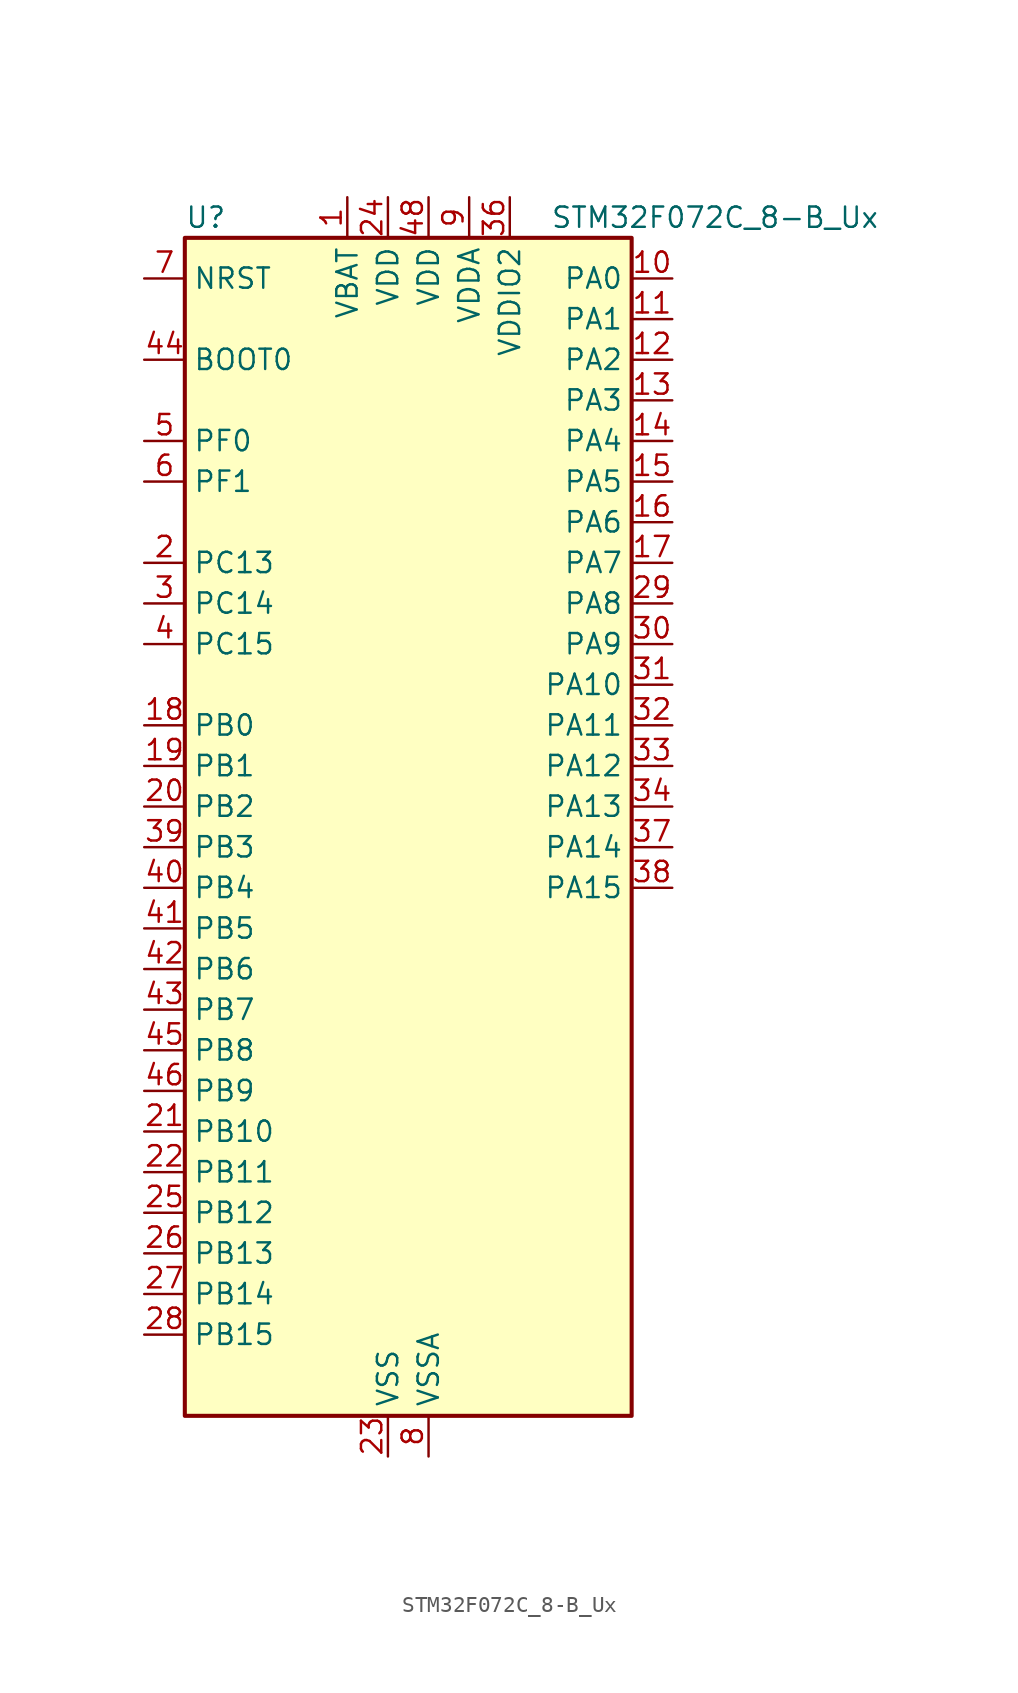
<source format=kicad_sym>
(kicad_symbol_lib
  (version 20231120)
  (generator "kicad_symbol_editor")
  (generator_version "8.0")
  (symbol "STM32F072C_8-B_Ux"
    (property "Reference" "U"
      (at -12.7 39.37 0)
      (effects (font (size 1.27 1.27)) (justify left)))
    (property "Value" "STM32F072C_8-B_Ux"
      (at 10.16 39.37 0)
      (effects (font (size 1.27 1.27)) (justify left)))
    (property "ki_locked" ""
      (at 0 0 0)
      (effects (font (size 1.27 1.27))))
    (symbol "STM32F072C_8-B_Ux_0_1"
      (rectangle (start -12.7 -35.56) (end 15.24 38.1) (stroke (width 0.254) (type default)) (fill (type background))))
    (symbol "STM32F072C_8-B_Ux_1_1"
      (pin power_in line (at -2.54 40.64 270) (length 2.54) (name "VBAT" (effects (font (size 1.27 1.27)))) (number "1" (effects (font (size 1.27 1.27)))))
      (pin bidirectional line (at 17.78 35.56 180) (length 2.54) (name "PA0" (effects (font (size 1.27 1.27)))) (number "10" (effects (font (size 1.27 1.27)))) (alternate "ADC_IN0" bidirectional line) (alternate "COMP1_INM" bidirectional line) (alternate "COMP1_OUT" bidirectional line) (alternate "RTC_TAMP2" bidirectional line) (alternate "SYS_WKUP1" bidirectional line) (alternate "TIM2_CH1" bidirectional line) (alternate "TIM2_ETR" bidirectional line) (alternate "TSC_G1_IO1" bidirectional line) (alternate "USART2_CTS" bidirectional line) (alternate "USART4_TX" bidirectional line))
      (pin bidirectional line (at 17.78 33.02 180) (length 2.54) (name "PA1" (effects (font (size 1.27 1.27)))) (number "11" (effects (font (size 1.27 1.27)))) (alternate "ADC_IN1" bidirectional line) (alternate "COMP1_INP" bidirectional line) (alternate "TIM15_CH1N" bidirectional line) (alternate "TIM2_CH2" bidirectional line) (alternate "TSC_G1_IO2" bidirectional line) (alternate "USART2_DE" bidirectional line) (alternate "USART2_RTS" bidirectional line) (alternate "USART4_RX" bidirectional line))
      (pin bidirectional line (at 17.78 30.48 180) (length 2.54) (name "PA2" (effects (font (size 1.27 1.27)))) (number "12" (effects (font (size 1.27 1.27)))) (alternate "ADC_IN2" bidirectional line) (alternate "COMP2_INM" bidirectional line) (alternate "COMP2_OUT" bidirectional line) (alternate "SYS_WKUP4" bidirectional line) (alternate "TIM15_CH1" bidirectional line) (alternate "TIM2_CH3" bidirectional line) (alternate "TSC_G1_IO3" bidirectional line) (alternate "USART2_TX" bidirectional line))
      (pin bidirectional line (at 17.78 27.94 180) (length 2.54) (name "PA3" (effects (font (size 1.27 1.27)))) (number "13" (effects (font (size 1.27 1.27)))) (alternate "ADC_IN3" bidirectional line) (alternate "COMP2_INP" bidirectional line) (alternate "TIM15_CH2" bidirectional line) (alternate "TIM2_CH4" bidirectional line) (alternate "TSC_G1_IO4" bidirectional line) (alternate "USART2_RX" bidirectional line))
      (pin bidirectional line (at 17.78 25.4 180) (length 2.54) (name "PA4" (effects (font (size 1.27 1.27)))) (number "14" (effects (font (size 1.27 1.27)))) (alternate "ADC_IN4" bidirectional line) (alternate "COMP1_INM" bidirectional line) (alternate "COMP2_INM" bidirectional line) (alternate "DAC_OUT1" bidirectional line) (alternate "I2S1_WS" bidirectional line) (alternate "SPI1_NSS" bidirectional line) (alternate "TIM14_CH1" bidirectional line) (alternate "TSC_G2_IO1" bidirectional line) (alternate "USART2_CK" bidirectional line))
      (pin bidirectional line (at 17.78 22.86 180) (length 2.54) (name "PA5" (effects (font (size 1.27 1.27)))) (number "15" (effects (font (size 1.27 1.27)))) (alternate "ADC_IN5" bidirectional line) (alternate "CEC" bidirectional line) (alternate "COMP1_INM" bidirectional line) (alternate "COMP2_INM" bidirectional line) (alternate "DAC_OUT2" bidirectional line) (alternate "I2S1_CK" bidirectional line) (alternate "SPI1_SCK" bidirectional line) (alternate "TIM2_CH1" bidirectional line) (alternate "TIM2_ETR" bidirectional line) (alternate "TSC_G2_IO2" bidirectional line))
      (pin bidirectional line (at 17.78 20.32 180) (length 2.54) (name "PA6" (effects (font (size 1.27 1.27)))) (number "16" (effects (font (size 1.27 1.27)))) (alternate "ADC_IN6" bidirectional line) (alternate "COMP1_OUT" bidirectional line) (alternate "I2S1_MCK" bidirectional line) (alternate "SPI1_MISO" bidirectional line) (alternate "TIM16_CH1" bidirectional line) (alternate "TIM1_BKIN" bidirectional line) (alternate "TIM3_CH1" bidirectional line) (alternate "TSC_G2_IO3" bidirectional line) (alternate "USART3_CTS" bidirectional line))
      (pin bidirectional line (at 17.78 17.78 180) (length 2.54) (name "PA7" (effects (font (size 1.27 1.27)))) (number "17" (effects (font (size 1.27 1.27)))) (alternate "ADC_IN7" bidirectional line) (alternate "COMP2_OUT" bidirectional line) (alternate "I2S1_SD" bidirectional line) (alternate "SPI1_MOSI" bidirectional line) (alternate "TIM14_CH1" bidirectional line) (alternate "TIM17_CH1" bidirectional line) (alternate "TIM1_CH1N" bidirectional line) (alternate "TIM3_CH2" bidirectional line) (alternate "TSC_G2_IO4" bidirectional line))
      (pin bidirectional line (at -15.24 7.62 0) (length 2.54) (name "PB0" (effects (font (size 1.27 1.27)))) (number "18" (effects (font (size 1.27 1.27)))) (alternate "ADC_IN8" bidirectional line) (alternate "TIM1_CH2N" bidirectional line) (alternate "TIM3_CH3" bidirectional line) (alternate "TSC_G3_IO2" bidirectional line) (alternate "USART3_CK" bidirectional line))
      (pin bidirectional line (at -15.24 5.08 0) (length 2.54) (name "PB1" (effects (font (size 1.27 1.27)))) (number "19" (effects (font (size 1.27 1.27)))) (alternate "ADC_IN9" bidirectional line) (alternate "TIM14_CH1" bidirectional line) (alternate "TIM1_CH3N" bidirectional line) (alternate "TIM3_CH4" bidirectional line) (alternate "TSC_G3_IO3" bidirectional line) (alternate "USART3_DE" bidirectional line) (alternate "USART3_RTS" bidirectional line))
      (pin bidirectional line (at -15.24 17.78 0) (length 2.54) (name "PC13" (effects (font (size 1.27 1.27)))) (number "2" (effects (font (size 1.27 1.27)))) (alternate "RTC_OUT_ALARM" bidirectional line) (alternate "RTC_OUT_CALIB" bidirectional line) (alternate "RTC_TAMP1" bidirectional line) (alternate "RTC_TS" bidirectional line) (alternate "SYS_WKUP2" bidirectional line))
      (pin bidirectional line (at -15.24 2.54 0) (length 2.54) (name "PB2" (effects (font (size 1.27 1.27)))) (number "20" (effects (font (size 1.27 1.27)))) (alternate "TSC_G3_IO4" bidirectional line))
      (pin bidirectional line (at -15.24 -17.78 0) (length 2.54) (name "PB10" (effects (font (size 1.27 1.27)))) (number "21" (effects (font (size 1.27 1.27)))) (alternate "CEC" bidirectional line) (alternate "I2C2_SCL" bidirectional line) (alternate "I2S2_CK" bidirectional line) (alternate "SPI2_SCK" bidirectional line) (alternate "TIM2_CH3" bidirectional line) (alternate "TSC_SYNC" bidirectional line) (alternate "USART3_TX" bidirectional line))
      (pin bidirectional line (at -15.24 -20.32 0) (length 2.54) (name "PB11" (effects (font (size 1.27 1.27)))) (number "22" (effects (font (size 1.27 1.27)))) (alternate "I2C2_SDA" bidirectional line) (alternate "TIM2_CH4" bidirectional line) (alternate "TSC_G6_IO1" bidirectional line) (alternate "USART3_RX" bidirectional line))
      (pin power_in line (at 0 -38.1 90) (length 2.54) (name "VSS" (effects (font (size 1.27 1.27)))) (number "23" (effects (font (size 1.27 1.27)))))
      (pin power_in line (at 0 40.64 270) (length 2.54) (name "VDD" (effects (font (size 1.27 1.27)))) (number "24" (effects (font (size 1.27 1.27)))))
      (pin bidirectional line (at -15.24 -22.86 0) (length 2.54) (name "PB12" (effects (font (size 1.27 1.27)))) (number "25" (effects (font (size 1.27 1.27)))) (alternate "I2S2_WS" bidirectional line) (alternate "SPI2_NSS" bidirectional line) (alternate "TIM15_BKIN" bidirectional line) (alternate "TIM1_BKIN" bidirectional line) (alternate "TSC_G6_IO2" bidirectional line) (alternate "USART3_CK" bidirectional line))
      (pin bidirectional line (at -15.24 -25.4 0) (length 2.54) (name "PB13" (effects (font (size 1.27 1.27)))) (number "26" (effects (font (size 1.27 1.27)))) (alternate "I2C2_SCL" bidirectional line) (alternate "I2S2_CK" bidirectional line) (alternate "SPI2_SCK" bidirectional line) (alternate "TIM1_CH1N" bidirectional line) (alternate "TSC_G6_IO3" bidirectional line) (alternate "USART3_CTS" bidirectional line))
      (pin bidirectional line (at -15.24 -27.94 0) (length 2.54) (name "PB14" (effects (font (size 1.27 1.27)))) (number "27" (effects (font (size 1.27 1.27)))) (alternate "I2C2_SDA" bidirectional line) (alternate "I2S2_MCK" bidirectional line) (alternate "SPI2_MISO" bidirectional line) (alternate "TIM15_CH1" bidirectional line) (alternate "TIM1_CH2N" bidirectional line) (alternate "TSC_G6_IO4" bidirectional line) (alternate "USART3_DE" bidirectional line) (alternate "USART3_RTS" bidirectional line))
      (pin bidirectional line (at -15.24 -30.48 0) (length 2.54) (name "PB15" (effects (font (size 1.27 1.27)))) (number "28" (effects (font (size 1.27 1.27)))) (alternate "I2S2_SD" bidirectional line) (alternate "RTC_REFIN" bidirectional line) (alternate "SPI2_MOSI" bidirectional line) (alternate "SYS_WKUP7" bidirectional line) (alternate "TIM15_CH1N" bidirectional line) (alternate "TIM15_CH2" bidirectional line) (alternate "TIM1_CH3N" bidirectional line))
      (pin bidirectional line (at 17.78 15.24 180) (length 2.54) (name "PA8" (effects (font (size 1.27 1.27)))) (number "29" (effects (font (size 1.27 1.27)))) (alternate "CRS_SYNC" bidirectional line) (alternate "RCC_MCO" bidirectional line) (alternate "TIM1_CH1" bidirectional line) (alternate "USART1_CK" bidirectional line))
      (pin bidirectional line (at -15.24 15.24 0) (length 2.54) (name "PC14" (effects (font (size 1.27 1.27)))) (number "3" (effects (font (size 1.27 1.27)))) (alternate "RCC_OSC32_IN" bidirectional line))
      (pin bidirectional line (at 17.78 12.7 180) (length 2.54) (name "PA9" (effects (font (size 1.27 1.27)))) (number "30" (effects (font (size 1.27 1.27)))) (alternate "DAC_EXTI9" bidirectional line) (alternate "TIM15_BKIN" bidirectional line) (alternate "TIM1_CH2" bidirectional line) (alternate "TSC_G4_IO1" bidirectional line) (alternate "USART1_TX" bidirectional line))
      (pin bidirectional line (at 17.78 10.16 180) (length 2.54) (name "PA10" (effects (font (size 1.27 1.27)))) (number "31" (effects (font (size 1.27 1.27)))) (alternate "TIM17_BKIN" bidirectional line) (alternate "TIM1_CH3" bidirectional line) (alternate "TSC_G4_IO2" bidirectional line) (alternate "USART1_RX" bidirectional line))
      (pin bidirectional line (at 17.78 7.62 180) (length 2.54) (name "PA11" (effects (font (size 1.27 1.27)))) (number "32" (effects (font (size 1.27 1.27)))) (alternate "CAN_RX" bidirectional line) (alternate "COMP1_OUT" bidirectional line) (alternate "TIM1_CH4" bidirectional line) (alternate "TSC_G4_IO3" bidirectional line) (alternate "USART1_CTS" bidirectional line) (alternate "USB_DM" bidirectional line))
      (pin bidirectional line (at 17.78 5.08 180) (length 2.54) (name "PA12" (effects (font (size 1.27 1.27)))) (number "33" (effects (font (size 1.27 1.27)))) (alternate "CAN_TX" bidirectional line) (alternate "COMP2_OUT" bidirectional line) (alternate "TIM1_ETR" bidirectional line) (alternate "TSC_G4_IO4" bidirectional line) (alternate "USART1_DE" bidirectional line) (alternate "USART1_RTS" bidirectional line) (alternate "USB_DP" bidirectional line))
      (pin bidirectional line (at 17.78 2.54 180) (length 2.54) (name "PA13" (effects (font (size 1.27 1.27)))) (number "34" (effects (font (size 1.27 1.27)))) (alternate "IR_OUT" bidirectional line) (alternate "SYS_SWDIO" bidirectional line) (alternate "USB_NOE" bidirectional line))
      (pin passive line (at 0 -38.1 90) (length 2.54) hide (name "VSS" (effects (font (size 1.27 1.27)))) (number "35" (effects (font (size 1.27 1.27)))))
      (pin power_in line (at 7.62 40.64 270) (length 2.54) (name "VDDIO2" (effects (font (size 1.27 1.27)))) (number "36" (effects (font (size 1.27 1.27)))))
      (pin bidirectional line (at 17.78 0 180) (length 2.54) (name "PA14" (effects (font (size 1.27 1.27)))) (number "37" (effects (font (size 1.27 1.27)))) (alternate "SYS_SWCLK" bidirectional line) (alternate "USART2_TX" bidirectional line))
      (pin bidirectional line (at 17.78 -2.54 180) (length 2.54) (name "PA15" (effects (font (size 1.27 1.27)))) (number "38" (effects (font (size 1.27 1.27)))) (alternate "I2S1_WS" bidirectional line) (alternate "SPI1_NSS" bidirectional line) (alternate "TIM2_CH1" bidirectional line) (alternate "TIM2_ETR" bidirectional line) (alternate "USART2_RX" bidirectional line) (alternate "USART4_DE" bidirectional line) (alternate "USART4_RTS" bidirectional line))
      (pin bidirectional line (at -15.24 0 0) (length 2.54) (name "PB3" (effects (font (size 1.27 1.27)))) (number "39" (effects (font (size 1.27 1.27)))) (alternate "I2S1_CK" bidirectional line) (alternate "SPI1_SCK" bidirectional line) (alternate "TIM2_CH2" bidirectional line) (alternate "TSC_G5_IO1" bidirectional line))
      (pin bidirectional line (at -15.24 12.7 0) (length 2.54) (name "PC15" (effects (font (size 1.27 1.27)))) (number "4" (effects (font (size 1.27 1.27)))) (alternate "RCC_OSC32_OUT" bidirectional line))
      (pin bidirectional line (at -15.24 -2.54 0) (length 2.54) (name "PB4" (effects (font (size 1.27 1.27)))) (number "40" (effects (font (size 1.27 1.27)))) (alternate "I2S1_MCK" bidirectional line) (alternate "SPI1_MISO" bidirectional line) (alternate "TIM17_BKIN" bidirectional line) (alternate "TIM3_CH1" bidirectional line) (alternate "TSC_G5_IO2" bidirectional line))
      (pin bidirectional line (at -15.24 -5.08 0) (length 2.54) (name "PB5" (effects (font (size 1.27 1.27)))) (number "41" (effects (font (size 1.27 1.27)))) (alternate "I2C1_SMBA" bidirectional line) (alternate "I2S1_SD" bidirectional line) (alternate "SPI1_MOSI" bidirectional line) (alternate "SYS_WKUP6" bidirectional line) (alternate "TIM16_BKIN" bidirectional line) (alternate "TIM3_CH2" bidirectional line))
      (pin bidirectional line (at -15.24 -7.62 0) (length 2.54) (name "PB6" (effects (font (size 1.27 1.27)))) (number "42" (effects (font (size 1.27 1.27)))) (alternate "I2C1_SCL" bidirectional line) (alternate "TIM16_CH1N" bidirectional line) (alternate "TSC_G5_IO3" bidirectional line) (alternate "USART1_TX" bidirectional line))
      (pin bidirectional line (at -15.24 -10.16 0) (length 2.54) (name "PB7" (effects (font (size 1.27 1.27)))) (number "43" (effects (font (size 1.27 1.27)))) (alternate "I2C1_SDA" bidirectional line) (alternate "TIM17_CH1N" bidirectional line) (alternate "TSC_G5_IO4" bidirectional line) (alternate "USART1_RX" bidirectional line) (alternate "USART4_CTS" bidirectional line))
      (pin input line (at -15.24 30.48 0) (length 2.54) (name "BOOT0" (effects (font (size 1.27 1.27)))) (number "44" (effects (font (size 1.27 1.27)))))
      (pin bidirectional line (at -15.24 -12.7 0) (length 2.54) (name "PB8" (effects (font (size 1.27 1.27)))) (number "45" (effects (font (size 1.27 1.27)))) (alternate "CAN_RX" bidirectional line) (alternate "CEC" bidirectional line) (alternate "I2C1_SCL" bidirectional line) (alternate "TIM16_CH1" bidirectional line) (alternate "TSC_SYNC" bidirectional line))
      (pin bidirectional line (at -15.24 -15.24 0) (length 2.54) (name "PB9" (effects (font (size 1.27 1.27)))) (number "46" (effects (font (size 1.27 1.27)))) (alternate "CAN_TX" bidirectional line) (alternate "DAC_EXTI9" bidirectional line) (alternate "I2C1_SDA" bidirectional line) (alternate "I2S2_WS" bidirectional line) (alternate "IR_OUT" bidirectional line) (alternate "SPI2_NSS" bidirectional line) (alternate "TIM17_CH1" bidirectional line))
      (pin passive line (at 0 -38.1 90) (length 2.54) hide (name "VSS" (effects (font (size 1.27 1.27)))) (number "47" (effects (font (size 1.27 1.27)))))
      (pin power_in line (at 2.54 40.64 270) (length 2.54) (name "VDD" (effects (font (size 1.27 1.27)))) (number "48" (effects (font (size 1.27 1.27)))))
      (pin passive line (at 0 -38.1 90) (length 2.54) hide (name "VSS" (effects (font (size 1.27 1.27)))) (number "49" (effects (font (size 1.27 1.27)))))
      (pin bidirectional line (at -15.24 25.4 0) (length 2.54) (name "PF0" (effects (font (size 1.27 1.27)))) (number "5" (effects (font (size 1.27 1.27)))) (alternate "CRS_SYNC" bidirectional line) (alternate "RCC_OSC_IN" bidirectional line))
      (pin bidirectional line (at -15.24 22.86 0) (length 2.54) (name "PF1" (effects (font (size 1.27 1.27)))) (number "6" (effects (font (size 1.27 1.27)))) (alternate "RCC_OSC_OUT" bidirectional line))
      (pin input line (at -15.24 35.56 0) (length 2.54) (name "NRST" (effects (font (size 1.27 1.27)))) (number "7" (effects (font (size 1.27 1.27)))))
      (pin power_in line (at 2.54 -38.1 90) (length 2.54) (name "VSSA" (effects (font (size 1.27 1.27)))) (number "8" (effects (font (size 1.27 1.27)))))
      (pin power_in line (at 5.08 40.64 270) (length 2.54) (name "VDDA" (effects (font (size 1.27 1.27)))) (number "9" (effects (font (size 1.27 1.27))))))))
</source>
